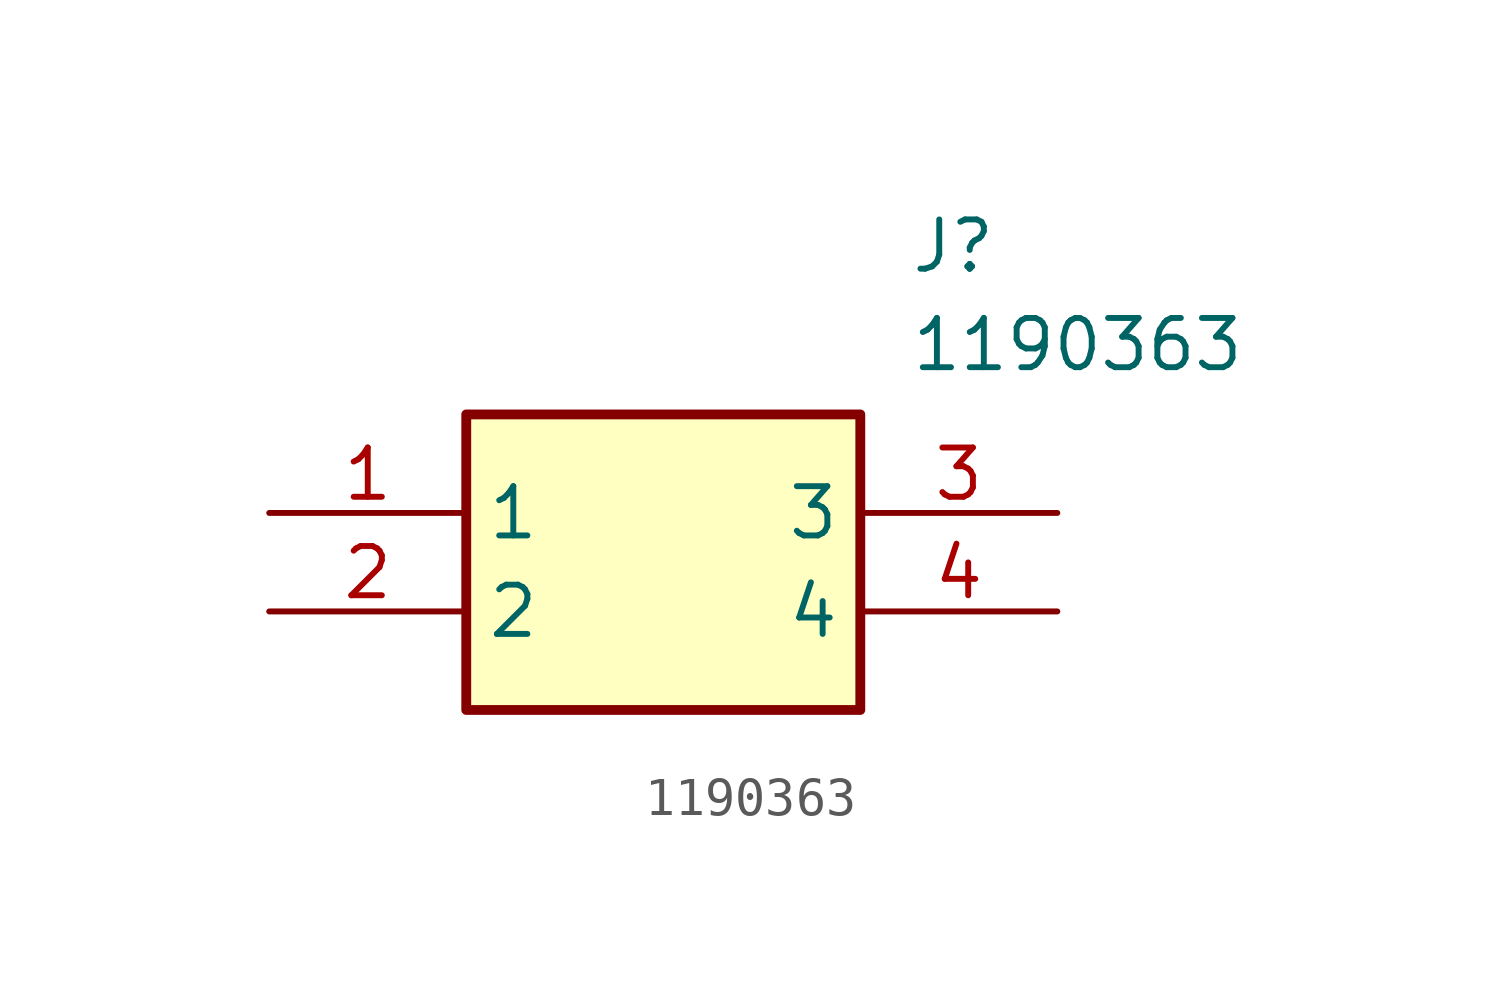
<source format=kicad_sym>
(kicad_symbol_lib
  (version 20211014)
  (generator SamacSys_ECAD_Model)
  (symbol "1190363"
    (property "Reference" "J"
      (at 16.51 7.62 0)
      (effects (font (size 1.27 1.27)) (justify left top)))
    (property "Value" "1190363"
      (at 16.51 5.08 0)
      (effects (font (size 1.27 1.27)) (justify left top)))
    (rectangle
      (start 5.08 2.54)
      (end 15.24 -5.08)
      (stroke (width 0.254) (type default))
      (fill (type background)))
    (pin passive line
      (at 0 0 0)
      (length 5.08)
      (name "1" (effects (font (size 1.27 1.27))))
      (number "1" (effects (font (size 1.27 1.27)))))
    (pin passive line
      (at 0 -2.54 0)
      (length 5.08)
      (name "2" (effects (font (size 1.27 1.27))))
      (number "2" (effects (font (size 1.27 1.27)))))
    (pin passive line
      (at 20.32 0 180)
      (length 5.08)
      (name "3" (effects (font (size 1.27 1.27))))
      (number "3" (effects (font (size 1.27 1.27)))))
    (pin passive line
      (at 20.32 -2.54 180)
      (length 5.08)
      (name "4" (effects (font (size 1.27 1.27))))
      (number "4" (effects (font (size 1.27 1.27)))))))
</source>
